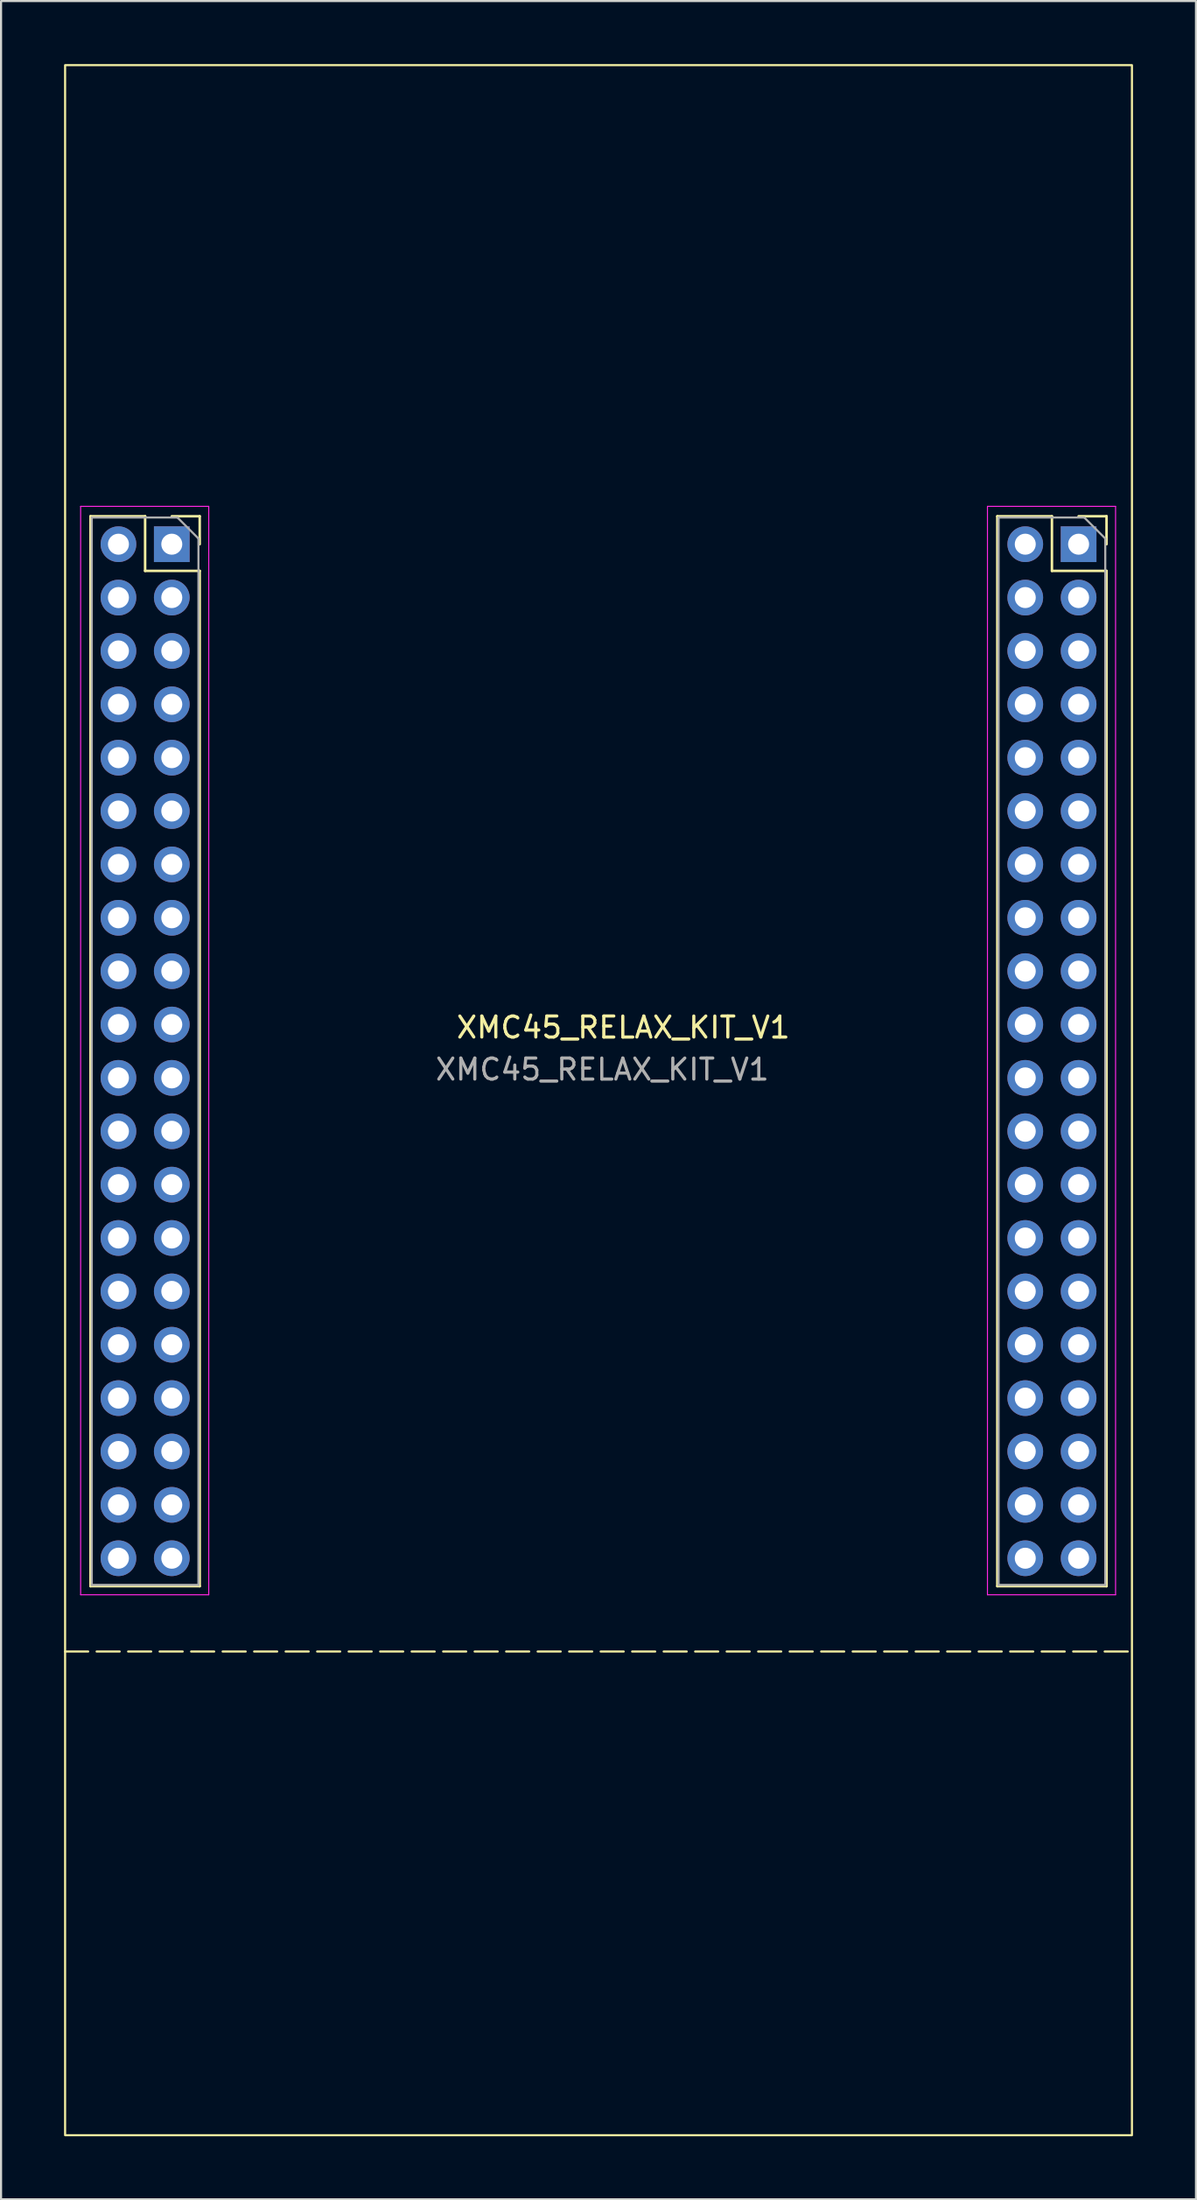
<source format=kicad_pcb>
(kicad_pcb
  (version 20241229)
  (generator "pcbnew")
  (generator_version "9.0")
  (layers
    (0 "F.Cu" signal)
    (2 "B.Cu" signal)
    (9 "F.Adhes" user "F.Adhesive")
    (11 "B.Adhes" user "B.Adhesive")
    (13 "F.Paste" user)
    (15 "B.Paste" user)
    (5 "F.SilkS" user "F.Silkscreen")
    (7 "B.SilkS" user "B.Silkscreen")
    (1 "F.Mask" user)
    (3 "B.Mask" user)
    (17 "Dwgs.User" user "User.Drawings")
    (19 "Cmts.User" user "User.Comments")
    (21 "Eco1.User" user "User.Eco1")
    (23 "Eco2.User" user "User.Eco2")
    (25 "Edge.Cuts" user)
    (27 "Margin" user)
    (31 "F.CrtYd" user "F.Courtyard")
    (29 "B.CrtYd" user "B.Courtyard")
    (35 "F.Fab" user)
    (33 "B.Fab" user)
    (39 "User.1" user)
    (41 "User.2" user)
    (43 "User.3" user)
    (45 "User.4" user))
  (footprint "XMC45_RELAX_KIT_V1"
    (layer "F.Cu")
    (at 5.13 22.85)
    (property "Reference" "XMC45_RELAX_KIT_V1" (at 21.5 23 0) (layer "F.SilkS") (effects (font (size 1 1) (thickness 0.15))))
    (attr through_hole)
    (fp_line (start -5.08 52.7) (end 45.72 52.7) (stroke (width 0.1) (type dash)) (layer "F.SilkS"))
    (fp_line (start -3.87 -1.33) (end -3.87 49.59) (stroke (width 0.12) (type solid)) (layer "F.SilkS"))
    (fp_line (start -3.87 -1.33) (end -1.27 -1.33) (stroke (width 0.12) (type solid)) (layer "F.SilkS"))
    (fp_line (start -3.87 49.59) (end 1.33 49.59) (stroke (width 0.12) (type solid)) (layer "F.SilkS"))
    (fp_line (start -1.27 -1.33) (end -1.27 1.27) (stroke (width 0.12) (type solid)) (layer "F.SilkS"))
    (fp_line (start -1.27 1.27) (end 1.33 1.27) (stroke (width 0.12) (type solid)) (layer "F.SilkS"))
    (fp_line (start 0 -1.33) (end 1.33 -1.33) (stroke (width 0.12) (type solid)) (layer "F.SilkS"))
    (fp_line (start 1.33 -1.33) (end 1.33 0) (stroke (width 0.12) (type solid)) (layer "F.SilkS"))
    (fp_line (start 1.33 1.27) (end 1.33 49.59) (stroke (width 0.12) (type solid)) (layer "F.SilkS"))
    (fp_line (start 39.31 -1.33) (end 39.31 49.59) (stroke (width 0.12) (type solid)) (layer "F.SilkS"))
    (fp_line (start 39.31 -1.33) (end 41.91 -1.33) (stroke (width 0.12) (type solid)) (layer "F.SilkS"))
    (fp_line (start 39.31 49.59) (end 44.51 49.59) (stroke (width 0.12) (type solid)) (layer "F.SilkS"))
    (fp_line (start 41.91 -1.33) (end 41.91 1.27) (stroke (width 0.12) (type solid)) (layer "F.SilkS"))
    (fp_line (start 41.91 1.27) (end 44.51 1.27) (stroke (width 0.12) (type solid)) (layer "F.SilkS"))
    (fp_line (start 43.18 -1.33) (end 44.51 -1.33) (stroke (width 0.12) (type solid)) (layer "F.SilkS"))
    (fp_line (start 44.51 -1.33) (end 44.51 0) (stroke (width 0.12) (type solid)) (layer "F.SilkS"))
    (fp_line (start 44.51 1.27) (end 44.51 49.59) (stroke (width 0.12) (type solid)) (layer "F.SilkS"))
    (fp_rect (start -5.08 -22.8) (end 45.72 75.72) (stroke (width 0.1) (type default)) (fill no) (layer "F.SilkS"))
    (fp_line (start -4.34 -1.8) (end 1.76 -1.8) (stroke (width 0.05) (type solid)) (layer "F.CrtYd"))
    (fp_line (start -4.34 50) (end -4.34 -1.8) (stroke (width 0.05) (type solid)) (layer "F.CrtYd"))
    (fp_line (start 1.76 -1.8) (end 1.76 50) (stroke (width 0.05) (type solid)) (layer "F.CrtYd"))
    (fp_line (start 1.76 50) (end -4.34 50) (stroke (width 0.05) (type solid)) (layer "F.CrtYd"))
    (fp_line (start 38.84 -1.8) (end 44.94 -1.8) (stroke (width 0.05) (type solid)) (layer "F.CrtYd"))
    (fp_line (start 38.84 50) (end 38.84 -1.8) (stroke (width 0.05) (type solid)) (layer "F.CrtYd"))
    (fp_line (start 44.94 -1.8) (end 44.94 50) (stroke (width 0.05) (type solid)) (layer "F.CrtYd"))
    (fp_line (start 44.94 50) (end 38.84 50) (stroke (width 0.05) (type solid)) (layer "F.CrtYd"))
    (fp_line (start -3.81 -1.27) (end 0.27 -1.27) (stroke (width 0.1) (type solid)) (layer "F.Fab"))
    (fp_line (start -3.81 49.53) (end -3.81 -1.27) (stroke (width 0.1) (type solid)) (layer "F.Fab"))
    (fp_line (start 0.27 -1.27) (end 1.27 -0.27) (stroke (width 0.1) (type solid)) (layer "F.Fab"))
    (fp_line (start 1.27 -0.27) (end 1.27 49.53) (stroke (width 0.1) (type solid)) (layer "F.Fab"))
    (fp_line (start 1.27 49.53) (end -3.81 49.53) (stroke (width 0.1) (type solid)) (layer "F.Fab"))
    (fp_line (start 39.37 -1.27) (end 43.45 -1.27) (stroke (width 0.1) (type solid)) (layer "F.Fab"))
    (fp_line (start 39.37 49.53) (end 39.37 -1.27) (stroke (width 0.1) (type solid)) (layer "F.Fab"))
    (fp_line (start 43.45 -1.27) (end 44.45 -0.27) (stroke (width 0.1) (type solid)) (layer "F.Fab"))
    (fp_line (start 44.45 -0.27) (end 44.45 49.53) (stroke (width 0.1) (type solid)) (layer "F.Fab"))
    (fp_line (start 44.45 49.53) (end 39.37 49.53) (stroke (width 0.1) (type solid)) (layer "F.Fab"))
    (fp_text user "${REFERENCE}" (at 20.5 25 180) (layer "F.Fab") (effects (font (size 1 1) (thickness 0.15))))
    (pad "1" thru_hole rect (at 0 0) (size 1.7 1.7) (drill 1) (layers "*.Cu" "*.Mask"))
    (pad "1" thru_hole rect (at 43.18 0) (size 1.7 1.7) (drill 1) (layers "*.Cu" "*.Mask"))
    (pad "2" thru_hole oval (at -2.54 0) (size 1.7 1.7) (drill 1) (layers "*.Cu" "*.Mask"))
    (pad "2" thru_hole oval (at 40.64 0) (size 1.7 1.7) (drill 1) (layers "*.Cu" "*.Mask"))
    (pad "3" thru_hole oval (at 0 2.54) (size 1.7 1.7) (drill 1) (layers "*.Cu" "*.Mask"))
    (pad "3" thru_hole oval (at 43.18 2.54) (size 1.7 1.7) (drill 1) (layers "*.Cu" "*.Mask"))
    (pad "4" thru_hole oval (at -2.54 2.54) (size 1.7 1.7) (drill 1) (layers "*.Cu" "*.Mask"))
    (pad "4" thru_hole oval (at 40.64 2.54) (size 1.7 1.7) (drill 1) (layers "*.Cu" "*.Mask"))
    (pad "5" thru_hole oval (at 0 5.08) (size 1.7 1.7) (drill 1) (layers "*.Cu" "*.Mask"))
    (pad "5" thru_hole oval (at 43.18 5.08) (size 1.7 1.7) (drill 1) (layers "*.Cu" "*.Mask"))
    (pad "6" thru_hole oval (at -2.54 5.08) (size 1.7 1.7) (drill 1) (layers "*.Cu" "*.Mask"))
    (pad "6" thru_hole oval (at 40.64 5.08) (size 1.7 1.7) (drill 1) (layers "*.Cu" "*.Mask"))
    (pad "7" thru_hole oval (at 0 7.62) (size 1.7 1.7) (drill 1) (layers "*.Cu" "*.Mask"))
    (pad "7" thru_hole oval (at 43.18 7.62) (size 1.7 1.7) (drill 1) (layers "*.Cu" "*.Mask"))
    (pad "8" thru_hole oval (at -2.54 7.62) (size 1.7 1.7) (drill 1) (layers "*.Cu" "*.Mask"))
    (pad "8" thru_hole oval (at 40.64 7.62) (size 1.7 1.7) (drill 1) (layers "*.Cu" "*.Mask"))
    (pad "9" thru_hole oval (at 0 10.16) (size 1.7 1.7) (drill 1) (layers "*.Cu" "*.Mask"))
    (pad "9" thru_hole oval (at 43.18 10.16) (size 1.7 1.7) (drill 1) (layers "*.Cu" "*.Mask"))
    (pad "10" thru_hole oval (at -2.54 10.16) (size 1.7 1.7) (drill 1) (layers "*.Cu" "*.Mask"))
    (pad "10" thru_hole oval (at 40.64 10.16) (size 1.7 1.7) (drill 1) (layers "*.Cu" "*.Mask"))
    (pad "11" thru_hole oval (at 0 12.7) (size 1.7 1.7) (drill 1) (layers "*.Cu" "*.Mask"))
    (pad "11" thru_hole oval (at 43.18 12.7) (size 1.7 1.7) (drill 1) (layers "*.Cu" "*.Mask"))
    (pad "12" thru_hole oval (at -2.54 12.7) (size 1.7 1.7) (drill 1) (layers "*.Cu" "*.Mask"))
    (pad "12" thru_hole oval (at 40.64 12.7) (size 1.7 1.7) (drill 1) (layers "*.Cu" "*.Mask"))
    (pad "13" thru_hole oval (at 0 15.24) (size 1.7 1.7) (drill 1) (layers "*.Cu" "*.Mask"))
    (pad "13" thru_hole oval (at 43.18 15.24) (size 1.7 1.7) (drill 1) (layers "*.Cu" "*.Mask"))
    (pad "14" thru_hole oval (at -2.54 15.24) (size 1.7 1.7) (drill 1) (layers "*.Cu" "*.Mask"))
    (pad "14" thru_hole oval (at 40.64 15.24) (size 1.7 1.7) (drill 1) (layers "*.Cu" "*.Mask"))
    (pad "15" thru_hole oval (at 0 17.78) (size 1.7 1.7) (drill 1) (layers "*.Cu" "*.Mask"))
    (pad "15" thru_hole oval (at 43.18 17.78) (size 1.7 1.7) (drill 1) (layers "*.Cu" "*.Mask"))
    (pad "16" thru_hole oval (at -2.54 17.78) (size 1.7 1.7) (drill 1) (layers "*.Cu" "*.Mask"))
    (pad "16" thru_hole oval (at 40.64 17.78) (size 1.7 1.7) (drill 1) (layers "*.Cu" "*.Mask"))
    (pad "17" thru_hole oval (at 0 20.32) (size 1.7 1.7) (drill 1) (layers "*.Cu" "*.Mask"))
    (pad "17" thru_hole oval (at 43.18 20.32) (size 1.7 1.7) (drill 1) (layers "*.Cu" "*.Mask"))
    (pad "18" thru_hole oval (at -2.54 20.32) (size 1.7 1.7) (drill 1) (layers "*.Cu" "*.Mask"))
    (pad "18" thru_hole oval (at 40.64 20.32) (size 1.7 1.7) (drill 1) (layers "*.Cu" "*.Mask"))
    (pad "19" thru_hole oval (at 0 22.86) (size 1.7 1.7) (drill 1) (layers "*.Cu" "*.Mask"))
    (pad "19" thru_hole oval (at 43.18 22.86) (size 1.7 1.7) (drill 1) (layers "*.Cu" "*.Mask"))
    (pad "20" thru_hole oval (at -2.54 22.86) (size 1.7 1.7) (drill 1) (layers "*.Cu" "*.Mask"))
    (pad "20" thru_hole oval (at 40.64 22.86) (size 1.7 1.7) (drill 1) (layers "*.Cu" "*.Mask"))
    (pad "21" thru_hole oval (at 0 25.4) (size 1.7 1.7) (drill 1) (layers "*.Cu" "*.Mask"))
    (pad "21" thru_hole oval (at 43.18 25.4) (size 1.7 1.7) (drill 1) (layers "*.Cu" "*.Mask"))
    (pad "22" thru_hole oval (at -2.54 25.4) (size 1.7 1.7) (drill 1) (layers "*.Cu" "*.Mask"))
    (pad "22" thru_hole oval (at 40.64 25.4) (size 1.7 1.7) (drill 1) (layers "*.Cu" "*.Mask"))
    (pad "23" thru_hole oval (at 0 27.94) (size 1.7 1.7) (drill 1) (layers "*.Cu" "*.Mask"))
    (pad "23" thru_hole oval (at 43.18 27.94) (size 1.7 1.7) (drill 1) (layers "*.Cu" "*.Mask"))
    (pad "24" thru_hole oval (at -2.54 27.94) (size 1.7 1.7) (drill 1) (layers "*.Cu" "*.Mask"))
    (pad "24" thru_hole oval (at 40.64 27.94) (size 1.7 1.7) (drill 1) (layers "*.Cu" "*.Mask"))
    (pad "25" thru_hole oval (at 0 30.48) (size 1.7 1.7) (drill 1) (layers "*.Cu" "*.Mask"))
    (pad "25" thru_hole oval (at 43.18 30.48) (size 1.7 1.7) (drill 1) (layers "*.Cu" "*.Mask"))
    (pad "26" thru_hole oval (at -2.54 30.48) (size 1.7 1.7) (drill 1) (layers "*.Cu" "*.Mask"))
    (pad "26" thru_hole oval (at 40.64 30.48) (size 1.7 1.7) (drill 1) (layers "*.Cu" "*.Mask"))
    (pad "27" thru_hole oval (at 0 33.02) (size 1.7 1.7) (drill 1) (layers "*.Cu" "*.Mask"))
    (pad "27" thru_hole oval (at 43.18 33.02) (size 1.7 1.7) (drill 1) (layers "*.Cu" "*.Mask"))
    (pad "28" thru_hole oval (at -2.54 33.02) (size 1.7 1.7) (drill 1) (layers "*.Cu" "*.Mask"))
    (pad "28" thru_hole oval (at 40.64 33.02) (size 1.7 1.7) (drill 1) (layers "*.Cu" "*.Mask"))
    (pad "29" thru_hole oval (at 0 35.56) (size 1.7 1.7) (drill 1) (layers "*.Cu" "*.Mask"))
    (pad "29" thru_hole oval (at 43.18 35.56) (size 1.7 1.7) (drill 1) (layers "*.Cu" "*.Mask"))
    (pad "30" thru_hole oval (at -2.54 35.56) (size 1.7 1.7) (drill 1) (layers "*.Cu" "*.Mask"))
    (pad "30" thru_hole oval (at 40.64 35.56) (size 1.7 1.7) (drill 1) (layers "*.Cu" "*.Mask"))
    (pad "31" thru_hole oval (at 0 38.1) (size 1.7 1.7) (drill 1) (layers "*.Cu" "*.Mask"))
    (pad "31" thru_hole oval (at 43.18 38.1) (size 1.7 1.7) (drill 1) (layers "*.Cu" "*.Mask"))
    (pad "32" thru_hole oval (at -2.54 38.1) (size 1.7 1.7) (drill 1) (layers "*.Cu" "*.Mask"))
    (pad "32" thru_hole oval (at 40.64 38.1) (size 1.7 1.7) (drill 1) (layers "*.Cu" "*.Mask"))
    (pad "33" thru_hole oval (at 0 40.64) (size 1.7 1.7) (drill 1) (layers "*.Cu" "*.Mask"))
    (pad "33" thru_hole oval (at 43.18 40.64) (size 1.7 1.7) (drill 1) (layers "*.Cu" "*.Mask"))
    (pad "34" thru_hole oval (at -2.54 40.64) (size 1.7 1.7) (drill 1) (layers "*.Cu" "*.Mask"))
    (pad "34" thru_hole oval (at 40.64 40.64) (size 1.7 1.7) (drill 1) (layers "*.Cu" "*.Mask"))
    (pad "35" thru_hole oval (at 0 43.18) (size 1.7 1.7) (drill 1) (layers "*.Cu" "*.Mask"))
    (pad "35" thru_hole oval (at 43.18 43.18) (size 1.7 1.7) (drill 1) (layers "*.Cu" "*.Mask"))
    (pad "36" thru_hole oval (at -2.54 43.18) (size 1.7 1.7) (drill 1) (layers "*.Cu" "*.Mask"))
    (pad "36" thru_hole oval (at 40.64 43.18) (size 1.7 1.7) (drill 1) (layers "*.Cu" "*.Mask"))
    (pad "37" thru_hole oval (at 0 45.72) (size 1.7 1.7) (drill 1) (layers "*.Cu" "*.Mask"))
    (pad "37" thru_hole oval (at 43.18 45.72) (size 1.7 1.7) (drill 1) (layers "*.Cu" "*.Mask"))
    (pad "38" thru_hole oval (at -2.54 45.72) (size 1.7 1.7) (drill 1) (layers "*.Cu" "*.Mask"))
    (pad "38" thru_hole oval (at 40.64 45.72) (size 1.7 1.7) (drill 1) (layers "*.Cu" "*.Mask"))
    (pad "39" thru_hole oval (at 0 48.26) (size 1.7 1.7) (drill 1) (layers "*.Cu" "*.Mask"))
    (pad "39" thru_hole oval (at 43.18 48.26) (size 1.7 1.7) (drill 1) (layers "*.Cu" "*.Mask"))
    (pad "40" thru_hole oval (at -2.54 48.26) (size 1.7 1.7) (drill 1) (layers "*.Cu" "*.Mask"))
    (pad "40" thru_hole oval (at 40.64 48.26) (size 1.7 1.7) (drill 1) (layers "*.Cu" "*.Mask")))
  (gr_rect
    (start -3 -3)
    (end 53.9 101.62)
    (stroke (width 0.1) (type default))
    (fill no)
    (layer "Edge.Cuts")))
</source>
